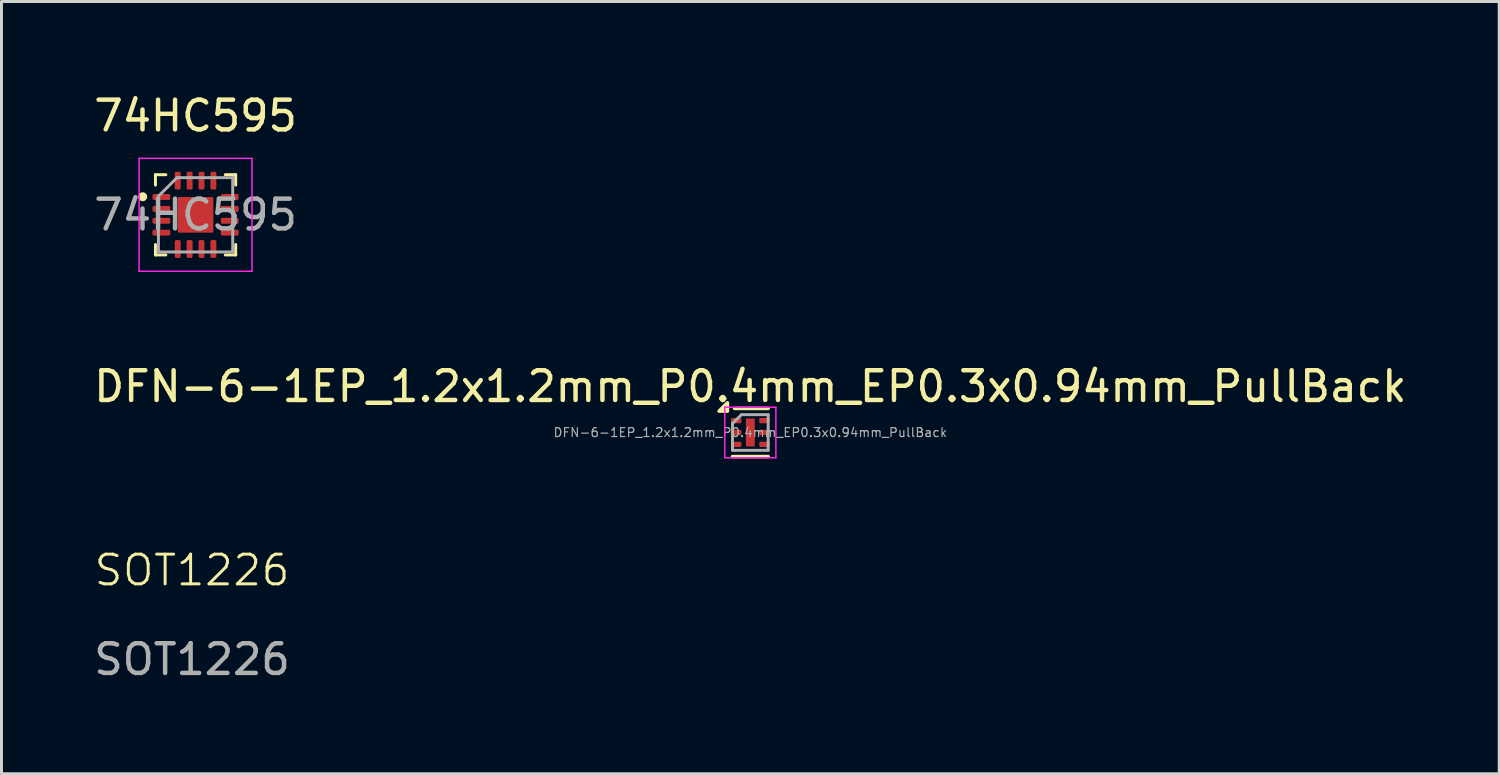
<source format=kicad_pcb>
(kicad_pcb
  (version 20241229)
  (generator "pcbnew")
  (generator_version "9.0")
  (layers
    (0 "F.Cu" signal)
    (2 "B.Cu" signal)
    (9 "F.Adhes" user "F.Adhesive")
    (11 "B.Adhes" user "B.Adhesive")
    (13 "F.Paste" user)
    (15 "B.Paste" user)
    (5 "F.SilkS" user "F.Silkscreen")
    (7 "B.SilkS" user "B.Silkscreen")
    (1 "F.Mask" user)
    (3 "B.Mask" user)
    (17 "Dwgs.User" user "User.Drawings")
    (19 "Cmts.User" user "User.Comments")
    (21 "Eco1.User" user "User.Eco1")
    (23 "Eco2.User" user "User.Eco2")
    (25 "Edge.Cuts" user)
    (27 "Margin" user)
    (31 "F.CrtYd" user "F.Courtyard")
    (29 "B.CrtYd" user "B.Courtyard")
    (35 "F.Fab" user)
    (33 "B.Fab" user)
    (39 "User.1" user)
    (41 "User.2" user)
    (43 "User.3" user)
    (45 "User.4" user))
  (footprint "SOT1226"
    (layer "F.Cu")
    (at 3.411 16.637)
    (property "Reference" "SOT1226" (at 0 -0.5 0) (unlocked yes) (layer "F.SilkS") (effects (font (size 1 1) (thickness 0.1))))
    (attr smd)
    (fp_text user "${REFERENCE}" (at 0 2.5 0) (unlocked yes) (layer "F.Fab") (effects (font (size 1 1) (thickness 0.15)))))
  (footprint "74HC595"
    (layer "F.Cu")
    (at 3.53 4.178)
    (property "Reference" "74HC595" (at 0 -3.33 180) (layer "F.SilkS") (effects (font (size 1 1) (thickness 0.15))))
    (attr smd)
    (fp_line (start -1.35 -1.35) (end -1.35 -1) (stroke (width 0.1) (type default)) (layer "F.SilkS"))
    (fp_line (start -1.35 -1.35) (end -1 -1.35) (stroke (width 0.1) (type default)) (layer "F.SilkS"))
    (fp_line (start -1.35 1.35) (end -1.35 1) (stroke (width 0.1) (type default)) (layer "F.SilkS"))
    (fp_line (start -1 1.35) (end -1.35 1.35) (stroke (width 0.1) (type default)) (layer "F.SilkS"))
    (fp_line (start 1 -1.35) (end 1.35 -1.35) (stroke (width 0.1) (type default)) (layer "F.SilkS"))
    (fp_line (start 1.35 -1.35) (end 1.35 -1) (stroke (width 0.1) (type default)) (layer "F.SilkS"))
    (fp_line (start 1.35 1) (end 1.35 1.35) (stroke (width 0.1) (type default)) (layer "F.SilkS"))
    (fp_line (start 1.35 1.35) (end 1 1.35) (stroke (width 0.1) (type default)) (layer "F.SilkS"))
    (fp_circle (center -1.778 -0.608) (end -1.678 -0.608) (stroke (width 0.1) (type solid)) (fill yes) (layer "F.SilkS"))
    (fp_line (start -1.9 -1.9) (end -1.9 1.9) (stroke (width 0.05) (type solid)) (layer "F.CrtYd"))
    (fp_line (start -1.9 1.9) (end 1.9 1.9) (stroke (width 0.05) (type solid)) (layer "F.CrtYd"))
    (fp_line (start 1.9 -1.9) (end -1.9 -1.9) (stroke (width 0.05) (type solid)) (layer "F.CrtYd"))
    (fp_line (start 1.9 1.9) (end 1.9 -1.9) (stroke (width 0.05) (type solid)) (layer "F.CrtYd"))
    (fp_line (start -1.25 1.25) (end -1.25 -0.625) (stroke (width 0.1) (type solid)) (layer "F.Fab"))
    (fp_line (start -0.625 -1.25) (end -1.25 -0.625) (stroke (width 0.1) (type default)) (layer "F.Fab"))
    (fp_line (start -0.625 -1.25) (end 1.25 -1.25) (stroke (width 0.1) (type solid)) (layer "F.Fab"))
    (fp_line (start 1.25 -1.25) (end 1.25 1.25) (stroke (width 0.1) (type solid)) (layer "F.Fab"))
    (fp_line (start 1.25 1.25) (end -1.25 1.25) (stroke (width 0.1) (type solid)) (layer "F.Fab"))
    (fp_text user "${REFERENCE}" (at 0 0 180) (layer "F.Fab") (effects (font (size 1 1) (thickness 0.15))))
    (pad "" smd roundrect (at 0 0) (size 1.1 1.1) (layers "F.Paste") (roundrect_rratio 0.238))
    (pad "" smd roundrect (at 0 0) (size 1.2 1.2) (property pad_prop_heatsink) (layers "F.Cu" "F.Mask") (roundrect_rratio 0.042))
    (pad "1" smd roundrect (at -1.15 -0.6 90) (size 0.2 0.6) (layers "F.Cu" "F.Mask" "F.Paste") (roundrect_rratio 0.25))
    (pad "2" smd roundrect (at -1.15 -0.2 90) (size 0.2 0.6) (layers "F.Cu" "F.Mask" "F.Paste") (roundrect_rratio 0.25))
    (pad "3" smd roundrect (at -1.15 0.2 90) (size 0.2 0.6) (layers "F.Cu" "F.Mask" "F.Paste") (roundrect_rratio 0.25))
    (pad "4" smd roundrect (at -1.15 0.6 90) (size 0.2 0.6) (layers "F.Cu" "F.Mask" "F.Paste") (roundrect_rratio 0.25))
    (pad "5" smd roundrect (at -0.6 1.15 180) (size 0.2 0.6) (layers "F.Cu" "F.Mask" "F.Paste") (roundrect_rratio 0.25))
    (pad "6" smd roundrect (at -0.2 1.15 180) (size 0.2 0.6) (layers "F.Cu" "F.Mask" "F.Paste") (roundrect_rratio 0.25))
    (pad "7" smd roundrect (at 0.2 1.15 180) (size 0.2 0.6) (layers "F.Cu" "F.Mask" "F.Paste") (roundrect_rratio 0.25))
    (pad "8" smd roundrect (at 0.6 1.15 180) (size 0.2 0.6) (layers "F.Cu" "F.Mask" "F.Paste") (roundrect_rratio 0.25))
    (pad "9" smd roundrect (at 1.15 0.6 90) (size 0.2 0.6) (layers "F.Cu" "F.Mask" "F.Paste") (roundrect_rratio 0.25))
    (pad "10" smd roundrect (at 1.15 0.2 90) (size 0.2 0.6) (layers "F.Cu" "F.Mask" "F.Paste") (roundrect_rratio 0.25))
    (pad "11" smd roundrect (at 1.15 -0.2 90) (size 0.2 0.6) (layers "F.Cu" "F.Mask" "F.Paste") (roundrect_rratio 0.25))
    (pad "12" smd roundrect (at 1.15 -0.6 90) (size 0.2 0.6) (layers "F.Cu" "F.Mask" "F.Paste") (roundrect_rratio 0.25))
    (pad "13" smd roundrect (at 0.6 -1.15 180) (size 0.2 0.6) (layers "F.Cu" "F.Mask" "F.Paste") (roundrect_rratio 0.25))
    (pad "14" smd roundrect (at 0.2 -1.15 180) (size 0.2 0.6) (layers "F.Cu" "F.Mask" "F.Paste") (roundrect_rratio 0.25))
    (pad "15" smd roundrect (at -0.2 -1.15 180) (size 0.2 0.6) (layers "F.Cu" "F.Mask" "F.Paste") (roundrect_rratio 0.25))
    (pad "16" smd roundrect (at -0.6 -1.15 180) (size 0.2 0.6) (layers "F.Cu" "F.Mask" "F.Paste") (roundrect_rratio 0.25)))
  (footprint "DFN-6-1EP_1.2x1.2mm_P0.4mm_EP0.3x0.94mm_PullBack"
    (layer "F.Cu")
    (at 22.196 11.502)
    (property "Reference" "DFN-6-1EP_1.2x1.2mm_P0.4mm_EP0.3x0.94mm_PullBack" (at 0 -1.55 180) (layer "F.SilkS") (effects (font (size 1 1) (thickness 0.15))))
    (attr smd)
    (fp_line (start -0.6 0.81) (end 0.6 0.81) (stroke (width 0.12) (type solid)) (layer "F.SilkS"))
    (fp_line (start -0.53 -0.81) (end 0.6 -0.81) (stroke (width 0.12) (type solid)) (layer "F.SilkS"))
    (fp_poly (pts (xy -0.77 -0.72) (xy -1.05 -0.72) (xy -0.77 -1) (xy -0.77 -0.72)) (stroke (width 0.12) (type solid)) (fill yes) (layer "F.SilkS"))
    (fp_line (start -0.86 -0.85) (end -0.86 0.85) (stroke (width 0.05) (type solid)) (layer "F.CrtYd"))
    (fp_line (start -0.86 0.85) (end 0.86 0.85) (stroke (width 0.05) (type solid)) (layer "F.CrtYd"))
    (fp_line (start 0.86 -0.85) (end -0.86 -0.85) (stroke (width 0.05) (type solid)) (layer "F.CrtYd"))
    (fp_line (start 0.86 0.85) (end 0.86 -0.85) (stroke (width 0.05) (type solid)) (layer "F.CrtYd"))
    (fp_line (start -0.6 -0.3) (end -0.3 -0.6) (stroke (width 0.1) (type solid)) (layer "F.Fab"))
    (fp_line (start -0.6 0.6) (end -0.6 -0.3) (stroke (width 0.1) (type solid)) (layer "F.Fab"))
    (fp_line (start -0.3 -0.6) (end 0.6 -0.6) (stroke (width 0.1) (type solid)) (layer "F.Fab"))
    (fp_line (start 0.6 -0.6) (end 0.6 0.6) (stroke (width 0.1) (type solid)) (layer "F.Fab"))
    (fp_line (start 0.6 0.6) (end -0.6 0.6) (stroke (width 0.1) (type solid)) (layer "F.Fab"))
    (fp_text user "${REFERENCE}" (at 0 0 180) (layer "F.Fab") (effects (font (size 0.3 0.3) (thickness 0.04))))
    (pad "" smd roundrect (at 0 -0.235) (size 0.24 0.38) (layers "F.Paste") (roundrect_rratio 0.25))
    (pad "" smd roundrect (at 0 0.235) (size 0.24 0.38) (layers "F.Paste") (roundrect_rratio 0.25))
    (pad "1" smd roundrect (at -0.475 -0.4) (size 0.35 0.18) (layers "F.Cu" "F.Mask" "F.Paste") (roundrect_rratio 0.25))
    (pad "2" smd roundrect (at -0.475 0) (size 0.35 0.18) (layers "F.Cu" "F.Mask" "F.Paste") (roundrect_rratio 0.25))
    (pad "3" smd roundrect (at -0.475 0.4) (size 0.35 0.18) (layers "F.Cu" "F.Mask" "F.Paste") (roundrect_rratio 0.25))
    (pad "4" smd roundrect (at 0.475 0.4) (size 0.35 0.18) (layers "F.Cu" "F.Mask" "F.Paste") (roundrect_rratio 0.25))
    (pad "5" smd roundrect (at 0.475 0) (size 0.35 0.18) (layers "F.Cu" "F.Mask" "F.Paste") (roundrect_rratio 0.25))
    (pad "6" smd roundrect (at 0.475 -0.4) (size 0.35 0.18) (layers "F.Cu" "F.Mask" "F.Paste") (roundrect_rratio 0.25))
    (pad "7" smd rect (at 0 0) (size 0.3 0.94) (property pad_prop_heatsink) (layers "F.Cu" "F.Mask")))
  (gr_rect
    (start -3 -3)
    (end 47.393 22.985)
    (stroke (width 0.1) (type default))
    (fill no)
    (layer "Edge.Cuts")))
</source>
